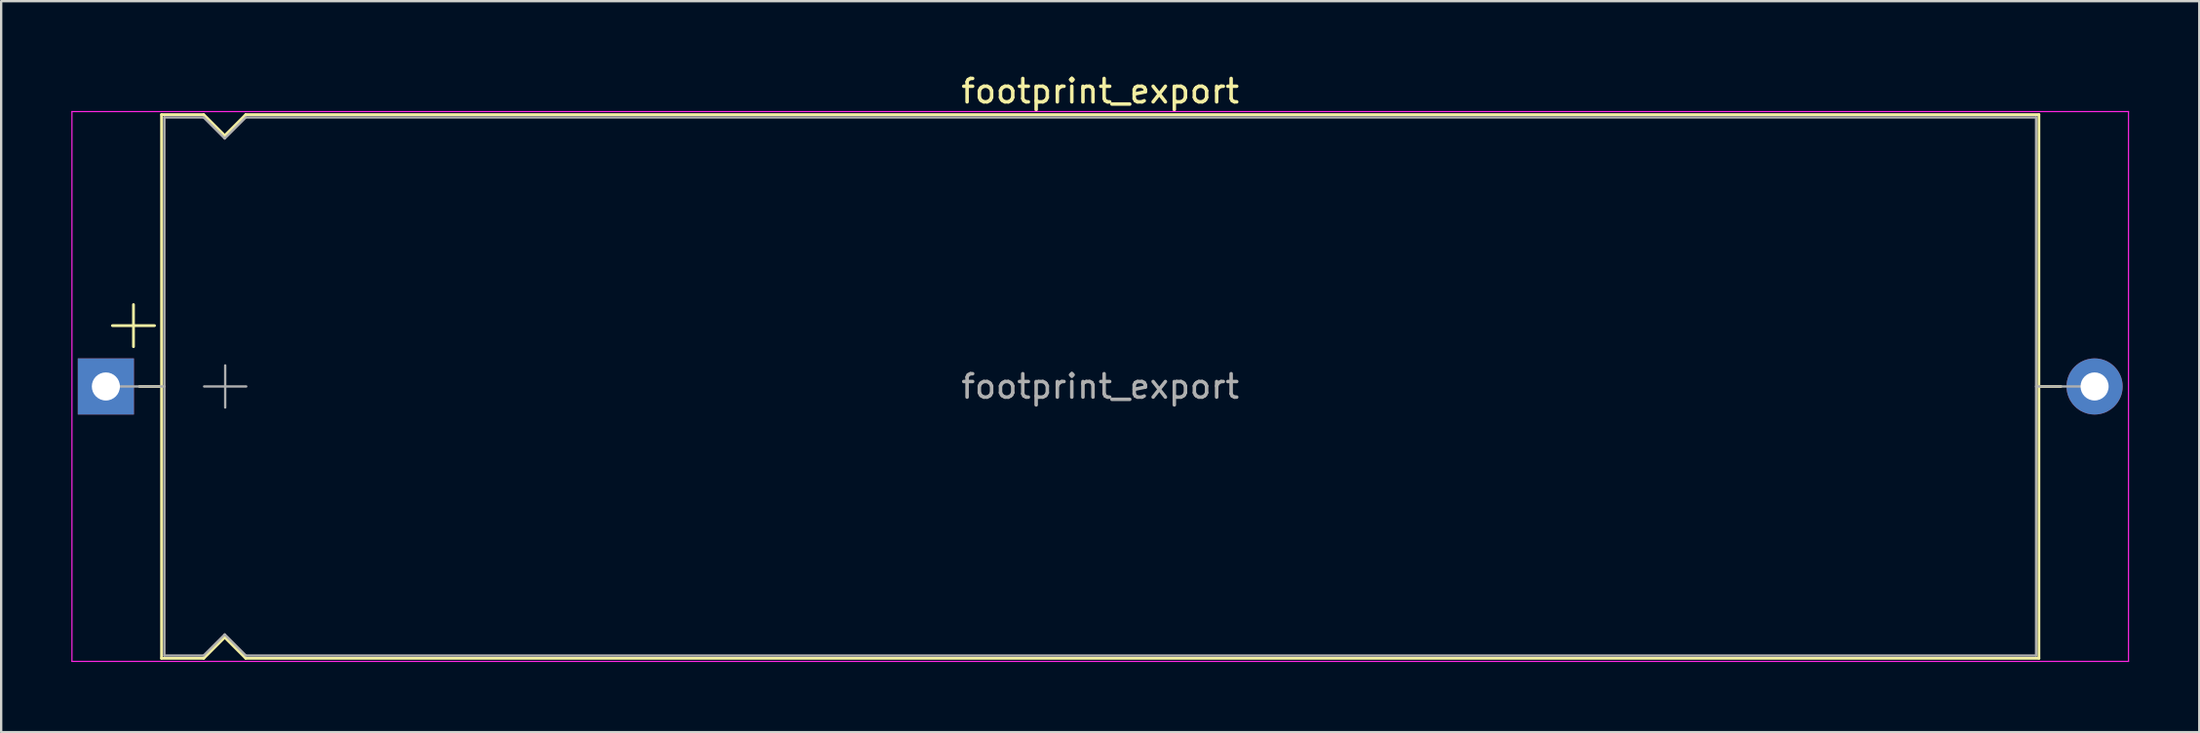
<source format=kicad_pcb>
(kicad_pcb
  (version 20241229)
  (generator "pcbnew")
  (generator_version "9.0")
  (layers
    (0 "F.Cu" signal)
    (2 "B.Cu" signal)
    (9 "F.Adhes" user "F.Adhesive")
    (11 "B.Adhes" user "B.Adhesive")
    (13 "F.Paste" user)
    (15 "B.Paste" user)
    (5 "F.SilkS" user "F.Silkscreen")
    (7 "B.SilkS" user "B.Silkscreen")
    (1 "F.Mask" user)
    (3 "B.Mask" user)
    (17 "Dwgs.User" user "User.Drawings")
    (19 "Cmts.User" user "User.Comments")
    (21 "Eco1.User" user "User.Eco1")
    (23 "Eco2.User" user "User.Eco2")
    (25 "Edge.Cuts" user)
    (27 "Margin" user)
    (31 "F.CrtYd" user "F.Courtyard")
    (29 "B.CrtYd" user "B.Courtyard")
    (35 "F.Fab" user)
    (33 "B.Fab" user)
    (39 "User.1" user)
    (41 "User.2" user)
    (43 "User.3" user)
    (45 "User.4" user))
  (footprint "footprint_export"
    (layer "F.Cu")
    (at 1.475 13.468)
    (property "Reference" "footprint_export" (at 42.5 -12.62 0) (layer "F.SilkS") (effects (font (size 1 1) (thickness 0.15))))
    (attr through_hole)
    (fp_line (start 0.28 -2.6) (end 2.08 -2.6) (stroke (width 0.12) (type solid)) (layer "F.SilkS"))
    (fp_line (start 1.18 -3.5) (end 1.18 -1.7) (stroke (width 0.12) (type solid)) (layer "F.SilkS"))
    (fp_line (start 1.44 0) (end 2.38 0) (stroke (width 0.12) (type solid)) (layer "F.SilkS"))
    (fp_line (start 2.38 -11.62) (end 2.38 11.62) (stroke (width 0.12) (type solid)) (layer "F.SilkS"))
    (fp_line (start 2.38 -11.62) (end 4.18 -11.62) (stroke (width 0.12) (type solid)) (layer "F.SilkS"))
    (fp_line (start 2.38 11.62) (end 4.18 11.62) (stroke (width 0.12) (type solid)) (layer "F.SilkS"))
    (fp_line (start 4.18 -11.62) (end 5.08 -10.72) (stroke (width 0.12) (type solid)) (layer "F.SilkS"))
    (fp_line (start 4.18 11.62) (end 5.08 10.72) (stroke (width 0.12) (type solid)) (layer "F.SilkS"))
    (fp_line (start 5.08 -10.72) (end 5.98 -11.62) (stroke (width 0.12) (type solid)) (layer "F.SilkS"))
    (fp_line (start 5.08 10.72) (end 5.98 11.62) (stroke (width 0.12) (type solid)) (layer "F.SilkS"))
    (fp_line (start 5.98 -11.62) (end 82.62 -11.62) (stroke (width 0.12) (type solid)) (layer "F.SilkS"))
    (fp_line (start 5.98 11.62) (end 82.62 11.62) (stroke (width 0.12) (type solid)) (layer "F.SilkS"))
    (fp_line (start 82.62 -11.62) (end 82.62 11.62) (stroke (width 0.12) (type solid)) (layer "F.SilkS"))
    (fp_line (start 83.56 0) (end 82.62 0) (stroke (width 0.12) (type solid)) (layer "F.SilkS"))
    (fp_line (start -1.45 -11.75) (end -1.45 11.75) (stroke (width 0.05) (type solid)) (layer "F.CrtYd"))
    (fp_line (start -1.45 11.75) (end 86.45 11.75) (stroke (width 0.05) (type solid)) (layer "F.CrtYd"))
    (fp_line (start 86.45 -11.75) (end -1.45 -11.75) (stroke (width 0.05) (type solid)) (layer "F.CrtYd"))
    (fp_line (start 86.45 11.75) (end 86.45 -11.75) (stroke (width 0.05) (type solid)) (layer "F.CrtYd"))
    (fp_line (start 0 0) (end 2.5 0) (stroke (width 0.1) (type solid)) (layer "F.Fab"))
    (fp_line (start 2.5 -11.5) (end 2.5 11.5) (stroke (width 0.1) (type solid)) (layer "F.Fab"))
    (fp_line (start 2.5 -11.5) (end 4.18 -11.5) (stroke (width 0.1) (type solid)) (layer "F.Fab"))
    (fp_line (start 2.5 11.5) (end 4.18 11.5) (stroke (width 0.1) (type solid)) (layer "F.Fab"))
    (fp_line (start 4.18 -11.5) (end 5.08 -10.6) (stroke (width 0.1) (type solid)) (layer "F.Fab"))
    (fp_line (start 4.18 11.5) (end 5.08 10.6) (stroke (width 0.1) (type solid)) (layer "F.Fab"))
    (fp_line (start 4.2 0) (end 6 0) (stroke (width 0.1) (type solid)) (layer "F.Fab"))
    (fp_line (start 5.08 -10.6) (end 5.98 -11.5) (stroke (width 0.1) (type solid)) (layer "F.Fab"))
    (fp_line (start 5.08 10.6) (end 5.98 11.5) (stroke (width 0.1) (type solid)) (layer "F.Fab"))
    (fp_line (start 5.1 -0.9) (end 5.1 0.9) (stroke (width 0.1) (type solid)) (layer "F.Fab"))
    (fp_line (start 5.98 -11.5) (end 82.5 -11.5) (stroke (width 0.1) (type solid)) (layer "F.Fab"))
    (fp_line (start 5.98 11.5) (end 82.5 11.5) (stroke (width 0.1) (type solid)) (layer "F.Fab"))
    (fp_line (start 82.5 -11.5) (end 82.5 11.5) (stroke (width 0.1) (type solid)) (layer "F.Fab"))
    (fp_line (start 85 0) (end 82.5 0) (stroke (width 0.1) (type solid)) (layer "F.Fab"))
    (fp_text user "${REFERENCE}" (at 42.5 0 0) (layer "F.Fab") (effects (font (size 1 1) (thickness 0.15))))
    (pad "1" thru_hole rect (at 0 0) (size 2.4 2.4) (drill 1.2) (layers "*.Cu" "*.Mask"))
    (pad "2" thru_hole oval (at 85 0) (size 2.4 2.4) (drill 1.2) (layers "*.Cu" "*.Mask")))
  (gr_rect
    (start -3 -3)
    (end 90.95 28.243)
    (stroke (width 0.1) (type default))
    (fill no)
    (layer "Edge.Cuts")))
</source>
